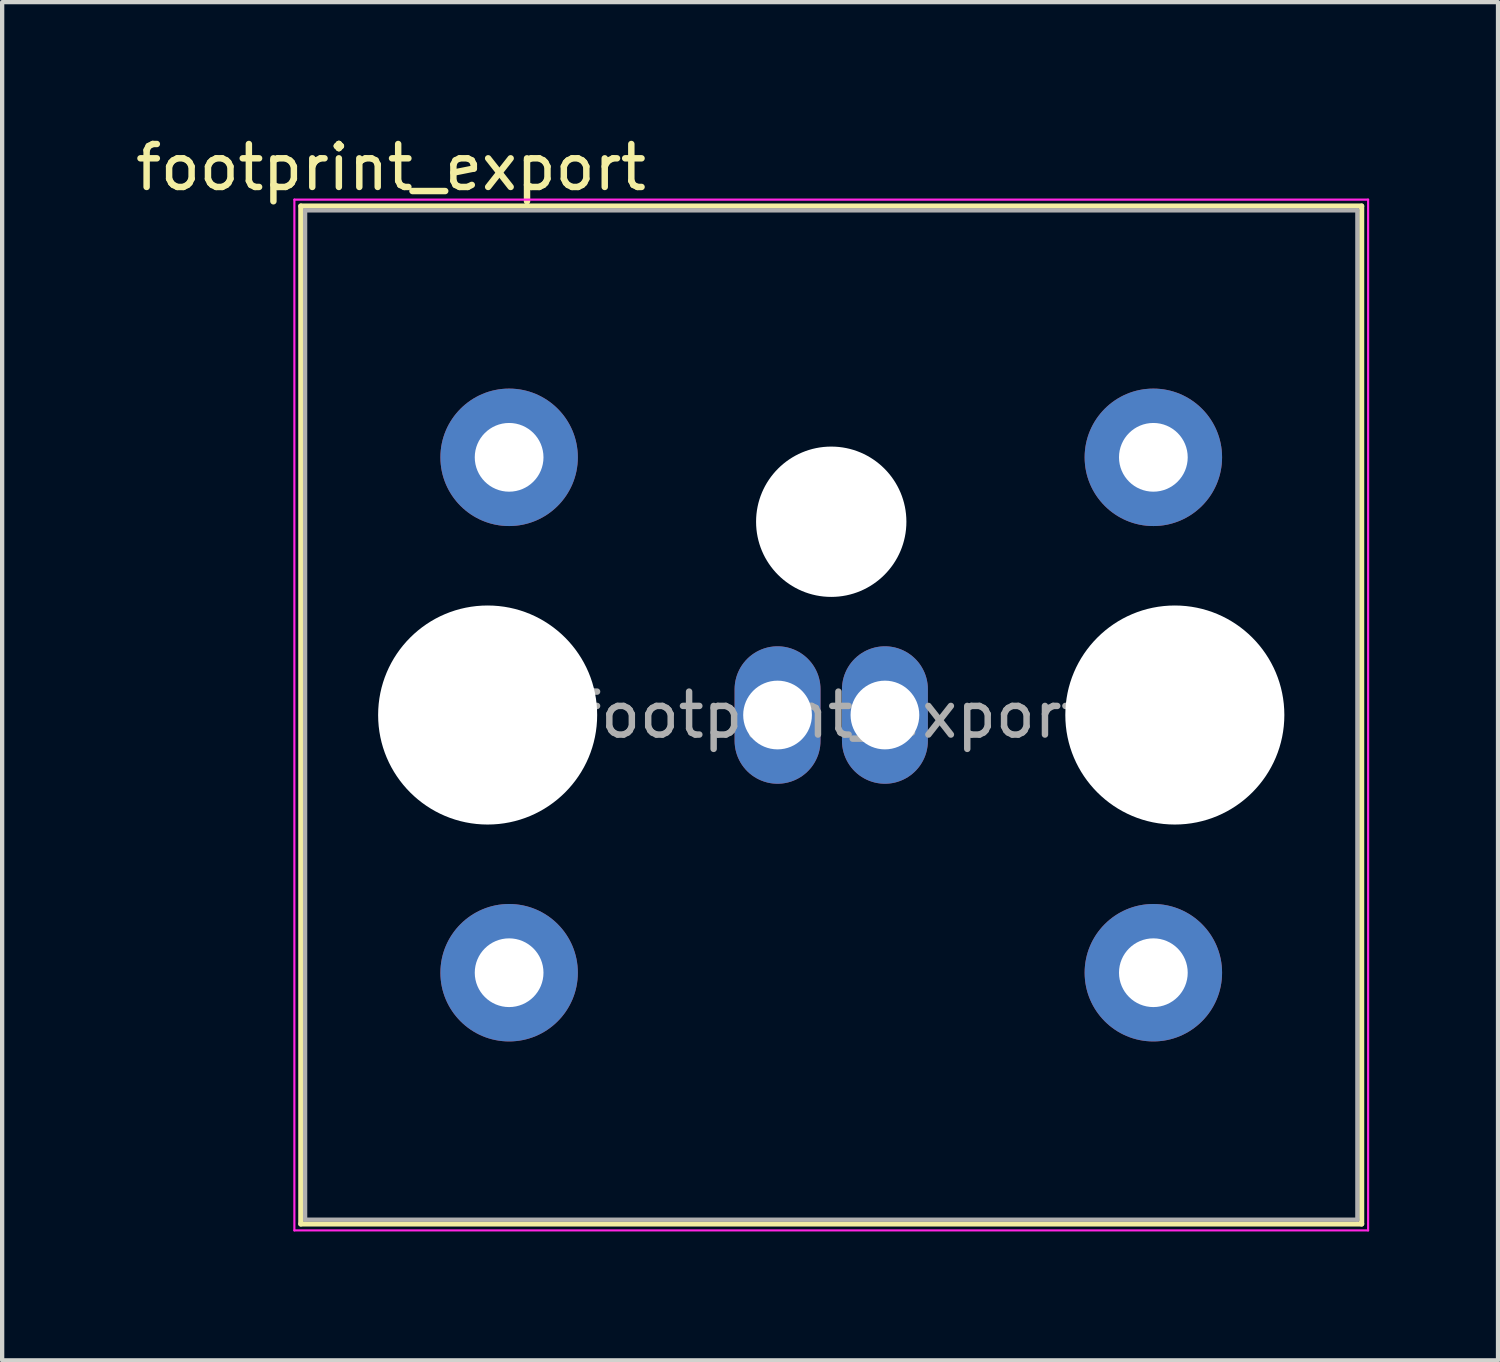
<source format=kicad_pcb>
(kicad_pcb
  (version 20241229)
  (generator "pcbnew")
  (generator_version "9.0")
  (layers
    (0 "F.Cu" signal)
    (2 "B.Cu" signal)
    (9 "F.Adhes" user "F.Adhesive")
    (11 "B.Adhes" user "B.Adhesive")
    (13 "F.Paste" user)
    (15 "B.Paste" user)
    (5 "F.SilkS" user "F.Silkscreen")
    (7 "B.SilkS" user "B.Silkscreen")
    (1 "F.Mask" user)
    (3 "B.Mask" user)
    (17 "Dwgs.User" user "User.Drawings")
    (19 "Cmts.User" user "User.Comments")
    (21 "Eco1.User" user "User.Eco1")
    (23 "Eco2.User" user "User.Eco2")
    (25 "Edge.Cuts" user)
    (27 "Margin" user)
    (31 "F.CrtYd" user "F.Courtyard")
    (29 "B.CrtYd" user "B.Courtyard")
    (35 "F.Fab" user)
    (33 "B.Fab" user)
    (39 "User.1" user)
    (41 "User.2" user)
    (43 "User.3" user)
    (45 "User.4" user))
  (footprint "footprint_export"
    (layer "F.Cu")
    (at 23.804 7.598)
    (property "Reference" "footprint_export" (at -17.75 -6.75 0) (layer "F.SilkS") (effects (font (size 1 1) (thickness 0.15))))
    (attr through_hole)
    (fp_line (start -19.85 -5.85) (end -19.85 17.85) (stroke (width 0.12) (type solid)) (layer "F.SilkS"))
    (fp_line (start -19.85 17.85) (end 4.85 17.85) (stroke (width 0.12) (type solid)) (layer "F.SilkS"))
    (fp_line (start 4.85 -5.85) (end -19.85 -5.85) (stroke (width 0.12) (type solid)) (layer "F.SilkS"))
    (fp_line (start 4.85 17.85) (end 4.85 -5.85) (stroke (width 0.12) (type solid)) (layer "F.SilkS"))
    (fp_line (start -20 -6) (end -20 18) (stroke (width 0.05) (type solid)) (layer "F.CrtYd"))
    (fp_line (start -20 18) (end 5 18) (stroke (width 0.05) (type solid)) (layer "F.CrtYd"))
    (fp_line (start 5 -6) (end -20 -6) (stroke (width 0.05) (type solid)) (layer "F.CrtYd"))
    (fp_line (start 5 18) (end 5 -6) (stroke (width 0.05) (type solid)) (layer "F.CrtYd"))
    (fp_line (start -19.75 -5.75) (end -19.75 17.75) (stroke (width 0.1) (type solid)) (layer "F.Fab"))
    (fp_line (start -19.75 17.75) (end 4.75 17.75) (stroke (width 0.1) (type solid)) (layer "F.Fab"))
    (fp_line (start 4.75 -5.75) (end -19.75 -5.75) (stroke (width 0.1) (type solid)) (layer "F.Fab"))
    (fp_line (start 4.75 -5.75) (end 4.75 17.75) (stroke (width 0.1) (type solid)) (layer "F.Fab"))
    (fp_text user "${REFERENCE}" (at -7.5 6 0) (layer "F.Fab") (effects (font (size 1 1) (thickness 0.15))))
    (pad "" np_thru_hole circle (at -15.5 6) (size 5.1 5.1) (drill 5.1) (layers "*.Cu" "*.Mask"))
    (pad "" np_thru_hole circle (at -7.5 1.5) (size 3.5 3.5) (drill 3.5) (layers "*.Cu" "*.Mask"))
    (pad "" np_thru_hole circle (at 0.5 6) (size 5.1 5.1) (drill 5.1) (layers "*.Cu" "*.Mask"))
    (pad "1" thru_hole circle (at 0 0) (size 3.2 3.2) (drill 1.6) (layers "*.Cu" "*.Mask"))
    (pad "2" thru_hole circle (at 0 12) (size 3.2 3.2) (drill 1.6) (layers "*.Cu" "*.Mask"))
    (pad "3" thru_hole circle (at -15 0) (size 3.2 3.2) (drill 1.6) (layers "*.Cu" "*.Mask"))
    (pad "4" thru_hole circle (at -15 12) (size 3.2 3.2) (drill 1.6) (layers "*.Cu" "*.Mask"))
    (pad "5" thru_hole oval (at -8.75 6) (size 2 3.2) (drill 1.6) (layers "*.Cu" "*.Mask"))
    (pad "6" thru_hole oval (at -6.25 6) (size 2 3.2) (drill 1.6) (layers "*.Cu" "*.Mask")))
  (gr_rect
    (start -3 -3)
    (end 31.829 28.623)
    (stroke (width 0.1) (type default))
    (fill no)
    (layer "Edge.Cuts")))
</source>
